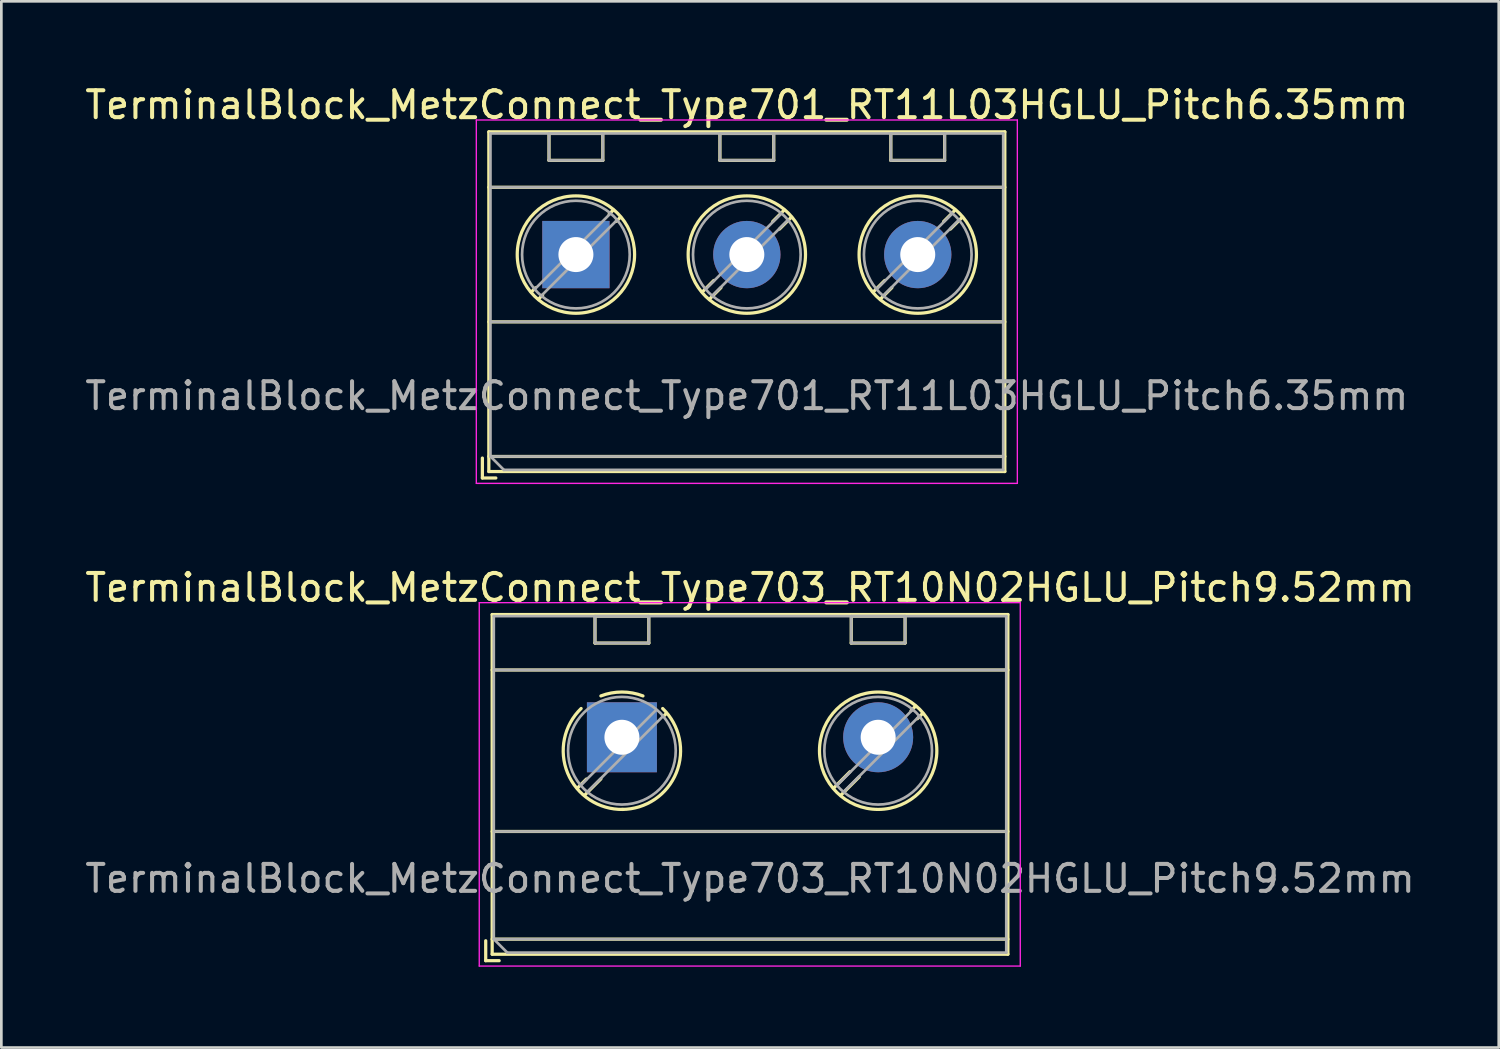
<source format=kicad_pcb>
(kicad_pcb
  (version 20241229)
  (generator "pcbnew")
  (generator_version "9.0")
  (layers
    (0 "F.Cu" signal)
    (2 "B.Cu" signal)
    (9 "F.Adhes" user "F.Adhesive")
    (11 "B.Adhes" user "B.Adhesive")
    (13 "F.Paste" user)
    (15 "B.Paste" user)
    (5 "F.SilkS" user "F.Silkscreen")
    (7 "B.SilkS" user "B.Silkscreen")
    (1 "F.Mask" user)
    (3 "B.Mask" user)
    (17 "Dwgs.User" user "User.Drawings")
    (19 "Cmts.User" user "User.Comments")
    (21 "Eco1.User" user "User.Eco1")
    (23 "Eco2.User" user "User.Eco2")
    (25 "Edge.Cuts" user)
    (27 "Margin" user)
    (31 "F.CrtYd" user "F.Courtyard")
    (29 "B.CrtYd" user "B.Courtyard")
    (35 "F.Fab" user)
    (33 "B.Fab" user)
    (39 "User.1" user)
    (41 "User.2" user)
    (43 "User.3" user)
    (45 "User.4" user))
  (footprint "TerminalBlock_MetzConnect_Type703_RT10N02HGLU_Pitch9.52mm"
    (layer "F.Cu")
    (at 20.055 24.341)
    (property "Reference" "TerminalBlock_MetzConnect_Type703_RT10N02HGLU_Pitch9.52mm" (at 4.76 -5.56 0) (layer "F.SilkS") (effects (font (size 1 1) (thickness 0.15))))
    (attr through_hole)
    (fp_line (start -5.06 7.56) (end -5.06 8.3) (stroke (width 0.12) (type solid)) (layer "F.SilkS"))
    (fp_line (start -5.06 8.3) (end -4.56 8.3) (stroke (width 0.12) (type solid)) (layer "F.SilkS"))
    (fp_line (start -4.82 -4.56) (end -4.82 8.06) (stroke (width 0.12) (type solid)) (layer "F.SilkS"))
    (fp_line (start -4.82 -2.5) (end 14.34 -2.5) (stroke (width 0.12) (type solid)) (layer "F.SilkS"))
    (fp_line (start -4.82 3.5) (end 14.34 3.5) (stroke (width 0.12) (type solid)) (layer "F.SilkS"))
    (fp_line (start -4.82 7.5) (end 14.34 7.5) (stroke (width 0.12) (type solid)) (layer "F.SilkS"))
    (fp_line (start -4.82 8.06) (end 14.34 8.06) (stroke (width 0.12) (type solid)) (layer "F.SilkS"))
    (fp_line (start -1.32 1.553) (end -1.654 1.888) (stroke (width 0.12) (type solid)) (layer "F.SilkS"))
    (fp_line (start -1 -4.5) (end -1 -3.5) (stroke (width 0.12) (type solid)) (layer "F.SilkS"))
    (fp_line (start -1 -4.5) (end 1 -4.5) (stroke (width 0.12) (type solid)) (layer "F.SilkS"))
    (fp_line (start -1 -3.5) (end 1 -3.5) (stroke (width 0.12) (type solid)) (layer "F.SilkS"))
    (fp_line (start -0.78 1.546) (end -1.388 2.154) (stroke (width 0.12) (type solid)) (layer "F.SilkS"))
    (fp_line (start 1 -4.5) (end 1 -3.5) (stroke (width 0.12) (type solid)) (layer "F.SilkS"))
    (fp_line (start 1.654 -0.888) (end 1.547 -0.781) (stroke (width 0.12) (type solid)) (layer "F.SilkS"))
    (fp_line (start 8.475 1.279) (end 7.867 1.888) (stroke (width 0.12) (type solid)) (layer "F.SilkS"))
    (fp_line (start 8.52 -4.5) (end 8.52 -3.5) (stroke (width 0.12) (type solid)) (layer "F.SilkS"))
    (fp_line (start 8.52 -4.5) (end 10.52 -4.5) (stroke (width 0.12) (type solid)) (layer "F.SilkS"))
    (fp_line (start 8.52 -3.5) (end 10.52 -3.5) (stroke (width 0.12) (type solid)) (layer "F.SilkS"))
    (fp_line (start 8.817 1.47) (end 8.133 2.154) (stroke (width 0.12) (type solid)) (layer "F.SilkS"))
    (fp_line (start 10.52 -4.5) (end 10.52 -3.5) (stroke (width 0.12) (type solid)) (layer "F.SilkS"))
    (fp_line (start 10.908 -1.154) (end 10.741 -0.986) (stroke (width 0.12) (type solid)) (layer "F.SilkS"))
    (fp_line (start 11.174 -0.888) (end 10.976 -0.69) (stroke (width 0.12) (type solid)) (layer "F.SilkS"))
    (fp_line (start 14.34 -4.56) (end -4.82 -4.56) (stroke (width 0.12) (type solid)) (layer "F.SilkS"))
    (fp_line (start 14.34 8.06) (end 14.34 -4.56) (stroke (width 0.12) (type solid)) (layer "F.SilkS"))
    (fp_arc (start -0.781211 -1.536303) (mid 0.000423 -1.681014) (end 0.782 -1.536) (stroke (width 0.12) (type solid)) (layer "F.SilkS"))
    (fp_arc (start 0.037945 2.680721) (mid -2.015074 1.334542) (end -1.515 -1.069) (stroke (width 0.12) (type solid)) (layer "F.SilkS"))
    (fp_arc (start 1.514355 -1.068161) (mid 2.021261 1.316642) (end 0 2.68) (stroke (width 0.12) (type solid)) (layer "F.SilkS"))
    (fp_circle (center 9.52 0.5) (end 11.7 0.5) (stroke (width 0.12) (type solid)) (fill no) (layer "F.SilkS"))
    (fp_line (start -5.3 -5) (end -5.3 8.5) (stroke (width 0.05) (type solid)) (layer "F.CrtYd"))
    (fp_line (start -5.3 8.5) (end 14.8 8.5) (stroke (width 0.05) (type solid)) (layer "F.CrtYd"))
    (fp_line (start 14.8 -5) (end -5.3 -5) (stroke (width 0.05) (type solid)) (layer "F.CrtYd"))
    (fp_line (start 14.8 8.5) (end 14.8 -5) (stroke (width 0.05) (type solid)) (layer "F.CrtYd"))
    (fp_line (start -4.76 -4.5) (end 14.28 -4.5) (stroke (width 0.1) (type solid)) (layer "F.Fab"))
    (fp_line (start -4.76 -2.5) (end 14.28 -2.5) (stroke (width 0.1) (type solid)) (layer "F.Fab"))
    (fp_line (start -4.76 3.5) (end 14.28 3.5) (stroke (width 0.1) (type solid)) (layer "F.Fab"))
    (fp_line (start -4.76 7.5) (end -4.76 -4.5) (stroke (width 0.1) (type solid)) (layer "F.Fab"))
    (fp_line (start -4.76 7.5) (end 14.28 7.5) (stroke (width 0.1) (type solid)) (layer "F.Fab"))
    (fp_line (start -4.26 8) (end -4.76 7.5) (stroke (width 0.1) (type solid)) (layer "F.Fab"))
    (fp_line (start -1 -4.5) (end -1 -3.5) (stroke (width 0.1) (type solid)) (layer "F.Fab"))
    (fp_line (start -1 -3.5) (end 1 -3.5) (stroke (width 0.1) (type solid)) (layer "F.Fab"))
    (fp_line (start 1 -4.5) (end -1 -4.5) (stroke (width 0.1) (type solid)) (layer "F.Fab"))
    (fp_line (start 1 -3.5) (end 1 -4.5) (stroke (width 0.1) (type solid)) (layer "F.Fab"))
    (fp_line (start 1.273 -1.017) (end -1.517 1.773) (stroke (width 0.1) (type solid)) (layer "F.Fab"))
    (fp_line (start 1.517 -0.773) (end -1.273 2.017) (stroke (width 0.1) (type solid)) (layer "F.Fab"))
    (fp_line (start 8.52 -4.5) (end 8.52 -3.5) (stroke (width 0.1) (type solid)) (layer "F.Fab"))
    (fp_line (start 8.52 -3.5) (end 10.52 -3.5) (stroke (width 0.1) (type solid)) (layer "F.Fab"))
    (fp_line (start 10.52 -4.5) (end 8.52 -4.5) (stroke (width 0.1) (type solid)) (layer "F.Fab"))
    (fp_line (start 10.52 -3.5) (end 10.52 -4.5) (stroke (width 0.1) (type solid)) (layer "F.Fab"))
    (fp_line (start 10.793 -1.017) (end 8.004 1.773) (stroke (width 0.1) (type solid)) (layer "F.Fab"))
    (fp_line (start 11.037 -0.773) (end 8.248 2.017) (stroke (width 0.1) (type solid)) (layer "F.Fab"))
    (fp_line (start 14.28 -4.5) (end 14.28 8) (stroke (width 0.1) (type solid)) (layer "F.Fab"))
    (fp_line (start 14.28 8) (end -4.26 8) (stroke (width 0.1) (type solid)) (layer "F.Fab"))
    (fp_circle (center 0 0.5) (end 2 0.5) (stroke (width 0.1) (type solid)) (fill no) (layer "F.Fab"))
    (fp_circle (center 9.52 0.5) (end 11.52 0.5) (stroke (width 0.1) (type solid)) (fill no) (layer "F.Fab"))
    (fp_text user "${REFERENCE}" (at 4.76 5.25 0) (layer "F.Fab") (effects (font (size 1 1) (thickness 0.15))))
    (pad "1" thru_hole rect (at 0 0) (size 2.6 2.6) (drill 1.3) (layers "*.Cu" "*.Mask"))
    (pad "2" thru_hole circle (at 9.52 0) (size 2.6 2.6) (drill 1.3) (layers "*.Cu" "*.Mask")))
  (footprint "TerminalBlock_MetzConnect_Type701_RT11L03HGLU_Pitch6.35mm"
    (layer "F.Cu")
    (at 18.346 6.408)
    (property "Reference" "TerminalBlock_MetzConnect_Type701_RT11L03HGLU_Pitch6.35mm" (at 6.35 -5.56 0) (layer "F.SilkS") (effects (font (size 1 1) (thickness 0.15))))
    (attr through_hole)
    (fp_line (start -3.475 7.56) (end -3.475 8.3) (stroke (width 0.12) (type solid)) (layer "F.SilkS"))
    (fp_line (start -3.475 8.3) (end -2.975 8.3) (stroke (width 0.12) (type solid)) (layer "F.SilkS"))
    (fp_line (start -3.235 -4.56) (end -3.235 8.06) (stroke (width 0.12) (type solid)) (layer "F.SilkS"))
    (fp_line (start -3.235 -2.5) (end 15.935 -2.5) (stroke (width 0.12) (type solid)) (layer "F.SilkS"))
    (fp_line (start -3.235 2.5) (end 15.935 2.5) (stroke (width 0.12) (type solid)) (layer "F.SilkS"))
    (fp_line (start -3.235 7.5) (end 15.935 7.5) (stroke (width 0.12) (type solid)) (layer "F.SilkS"))
    (fp_line (start -3.235 8.06) (end 15.935 8.06) (stroke (width 0.12) (type solid)) (layer "F.SilkS"))
    (fp_line (start -1.502 1.235) (end -1.654 1.388) (stroke (width 0.12) (type solid)) (layer "F.SilkS"))
    (fp_line (start -1.236 1.502) (end -1.388 1.654) (stroke (width 0.12) (type solid)) (layer "F.SilkS"))
    (fp_line (start -1 -4.5) (end -1 -3.5) (stroke (width 0.12) (type solid)) (layer "F.SilkS"))
    (fp_line (start -1 -4.5) (end 1 -4.5) (stroke (width 0.12) (type solid)) (layer "F.SilkS"))
    (fp_line (start -1 -3.5) (end 1 -3.5) (stroke (width 0.12) (type solid)) (layer "F.SilkS"))
    (fp_line (start 1 -4.5) (end 1 -3.5) (stroke (width 0.12) (type solid)) (layer "F.SilkS"))
    (fp_line (start 1.388 -1.654) (end 1.236 -1.502) (stroke (width 0.12) (type solid)) (layer "F.SilkS"))
    (fp_line (start 1.654 -1.388) (end 1.502 -1.236) (stroke (width 0.12) (type solid)) (layer "F.SilkS"))
    (fp_line (start 5.123 0.962) (end 4.697 1.388) (stroke (width 0.12) (type solid)) (layer "F.SilkS"))
    (fp_line (start 5.35 -4.5) (end 5.35 -3.5) (stroke (width 0.12) (type solid)) (layer "F.SilkS"))
    (fp_line (start 5.35 -4.5) (end 7.35 -4.5) (stroke (width 0.12) (type solid)) (layer "F.SilkS"))
    (fp_line (start 5.35 -3.5) (end 7.35 -3.5) (stroke (width 0.12) (type solid)) (layer "F.SilkS"))
    (fp_line (start 5.389 1.228) (end 4.963 1.654) (stroke (width 0.12) (type solid)) (layer "F.SilkS"))
    (fp_line (start 7.35 -4.5) (end 7.35 -3.5) (stroke (width 0.12) (type solid)) (layer "F.SilkS"))
    (fp_line (start 7.738 -1.654) (end 7.312 -1.228) (stroke (width 0.12) (type solid)) (layer "F.SilkS"))
    (fp_line (start 8.004 -1.388) (end 7.563 -0.947) (stroke (width 0.12) (type solid)) (layer "F.SilkS"))
    (fp_line (start 11.473 0.962) (end 11.047 1.388) (stroke (width 0.12) (type solid)) (layer "F.SilkS"))
    (fp_line (start 11.7 -4.5) (end 11.7 -3.5) (stroke (width 0.12) (type solid)) (layer "F.SilkS"))
    (fp_line (start 11.7 -4.5) (end 13.7 -4.5) (stroke (width 0.12) (type solid)) (layer "F.SilkS"))
    (fp_line (start 11.7 -3.5) (end 13.7 -3.5) (stroke (width 0.12) (type solid)) (layer "F.SilkS"))
    (fp_line (start 11.739 1.228) (end 11.313 1.654) (stroke (width 0.12) (type solid)) (layer "F.SilkS"))
    (fp_line (start 13.7 -4.5) (end 13.7 -3.5) (stroke (width 0.12) (type solid)) (layer "F.SilkS"))
    (fp_line (start 14.088 -1.654) (end 13.662 -1.228) (stroke (width 0.12) (type solid)) (layer "F.SilkS"))
    (fp_line (start 14.354 -1.388) (end 13.913 -0.947) (stroke (width 0.12) (type solid)) (layer "F.SilkS"))
    (fp_line (start 15.935 -4.56) (end -3.235 -4.56) (stroke (width 0.12) (type solid)) (layer "F.SilkS"))
    (fp_line (start 15.935 8.06) (end 15.935 -4.56) (stroke (width 0.12) (type solid)) (layer "F.SilkS"))
    (fp_circle (center 0 0) (end 2.18 0) (stroke (width 0.12) (type solid)) (fill no) (layer "F.SilkS"))
    (fp_circle (center 6.35 0) (end 8.53 0) (stroke (width 0.12) (type solid)) (fill no) (layer "F.SilkS"))
    (fp_circle (center 12.7 0) (end 14.88 0) (stroke (width 0.12) (type solid)) (fill no) (layer "F.SilkS"))
    (fp_line (start -3.7 -5) (end -3.7 8.5) (stroke (width 0.05) (type solid)) (layer "F.CrtYd"))
    (fp_line (start -3.7 8.5) (end 16.4 8.5) (stroke (width 0.05) (type solid)) (layer "F.CrtYd"))
    (fp_line (start 16.4 -5) (end -3.7 -5) (stroke (width 0.05) (type solid)) (layer "F.CrtYd"))
    (fp_line (start 16.4 8.5) (end 16.4 -5) (stroke (width 0.05) (type solid)) (layer "F.CrtYd"))
    (fp_line (start -3.175 -4.5) (end 15.875 -4.5) (stroke (width 0.1) (type solid)) (layer "F.Fab"))
    (fp_line (start -3.175 -2.5) (end 15.875 -2.5) (stroke (width 0.1) (type solid)) (layer "F.Fab"))
    (fp_line (start -3.175 2.5) (end 15.875 2.5) (stroke (width 0.1) (type solid)) (layer "F.Fab"))
    (fp_line (start -3.175 7.5) (end -3.175 -4.5) (stroke (width 0.1) (type solid)) (layer "F.Fab"))
    (fp_line (start -3.175 7.5) (end 15.875 7.5) (stroke (width 0.1) (type solid)) (layer "F.Fab"))
    (fp_line (start -2.675 8) (end -3.175 7.5) (stroke (width 0.1) (type solid)) (layer "F.Fab"))
    (fp_line (start -1 -4.5) (end -1 -3.5) (stroke (width 0.1) (type solid)) (layer "F.Fab"))
    (fp_line (start -1 -3.5) (end 1 -3.5) (stroke (width 0.1) (type solid)) (layer "F.Fab"))
    (fp_line (start 1 -4.5) (end -1 -4.5) (stroke (width 0.1) (type solid)) (layer "F.Fab"))
    (fp_line (start 1 -3.5) (end 1 -4.5) (stroke (width 0.1) (type solid)) (layer "F.Fab"))
    (fp_line (start 1.273 -1.517) (end -1.517 1.273) (stroke (width 0.1) (type solid)) (layer "F.Fab"))
    (fp_line (start 1.517 -1.273) (end -1.273 1.517) (stroke (width 0.1) (type solid)) (layer "F.Fab"))
    (fp_line (start 5.35 -4.5) (end 5.35 -3.5) (stroke (width 0.1) (type solid)) (layer "F.Fab"))
    (fp_line (start 5.35 -3.5) (end 7.35 -3.5) (stroke (width 0.1) (type solid)) (layer "F.Fab"))
    (fp_line (start 7.35 -4.5) (end 5.35 -4.5) (stroke (width 0.1) (type solid)) (layer "F.Fab"))
    (fp_line (start 7.35 -3.5) (end 7.35 -4.5) (stroke (width 0.1) (type solid)) (layer "F.Fab"))
    (fp_line (start 7.623 -1.517) (end 4.834 1.273) (stroke (width 0.1) (type solid)) (layer "F.Fab"))
    (fp_line (start 7.867 -1.273) (end 5.078 1.517) (stroke (width 0.1) (type solid)) (layer "F.Fab"))
    (fp_line (start 11.7 -4.5) (end 11.7 -3.5) (stroke (width 0.1) (type solid)) (layer "F.Fab"))
    (fp_line (start 11.7 -3.5) (end 13.7 -3.5) (stroke (width 0.1) (type solid)) (layer "F.Fab"))
    (fp_line (start 13.7 -4.5) (end 11.7 -4.5) (stroke (width 0.1) (type solid)) (layer "F.Fab"))
    (fp_line (start 13.7 -3.5) (end 13.7 -4.5) (stroke (width 0.1) (type solid)) (layer "F.Fab"))
    (fp_line (start 13.973 -1.517) (end 11.184 1.273) (stroke (width 0.1) (type solid)) (layer "F.Fab"))
    (fp_line (start 14.217 -1.273) (end 11.428 1.517) (stroke (width 0.1) (type solid)) (layer "F.Fab"))
    (fp_line (start 15.875 -4.5) (end 15.875 8) (stroke (width 0.1) (type solid)) (layer "F.Fab"))
    (fp_line (start 15.875 8) (end -2.675 8) (stroke (width 0.1) (type solid)) (layer "F.Fab"))
    (fp_circle (center 0 0) (end 2 0) (stroke (width 0.1) (type solid)) (fill no) (layer "F.Fab"))
    (fp_circle (center 6.35 0) (end 8.35 0) (stroke (width 0.1) (type solid)) (fill no) (layer "F.Fab"))
    (fp_circle (center 12.7 0) (end 14.7 0) (stroke (width 0.1) (type solid)) (fill no) (layer "F.Fab"))
    (fp_text user "${REFERENCE}" (at 6.35 5.25 0) (layer "F.Fab") (effects (font (size 1 1) (thickness 0.15))))
    (pad "1" thru_hole rect (at 0 0) (size 2.5 2.5) (drill 1.3) (layers "*.Cu" "*.Mask"))
    (pad "2" thru_hole circle (at 6.35 0) (size 2.5 2.5) (drill 1.3) (layers "*.Cu" "*.Mask"))
    (pad "3" thru_hole circle (at 12.7 0) (size 2.5 2.5) (drill 1.3) (layers "*.Cu" "*.Mask")))
  (gr_rect
    (start -3 -3)
    (end 52.631 35.867)
    (stroke (width 0.1) (type default))
    (fill no)
    (layer "Edge.Cuts")))
</source>
